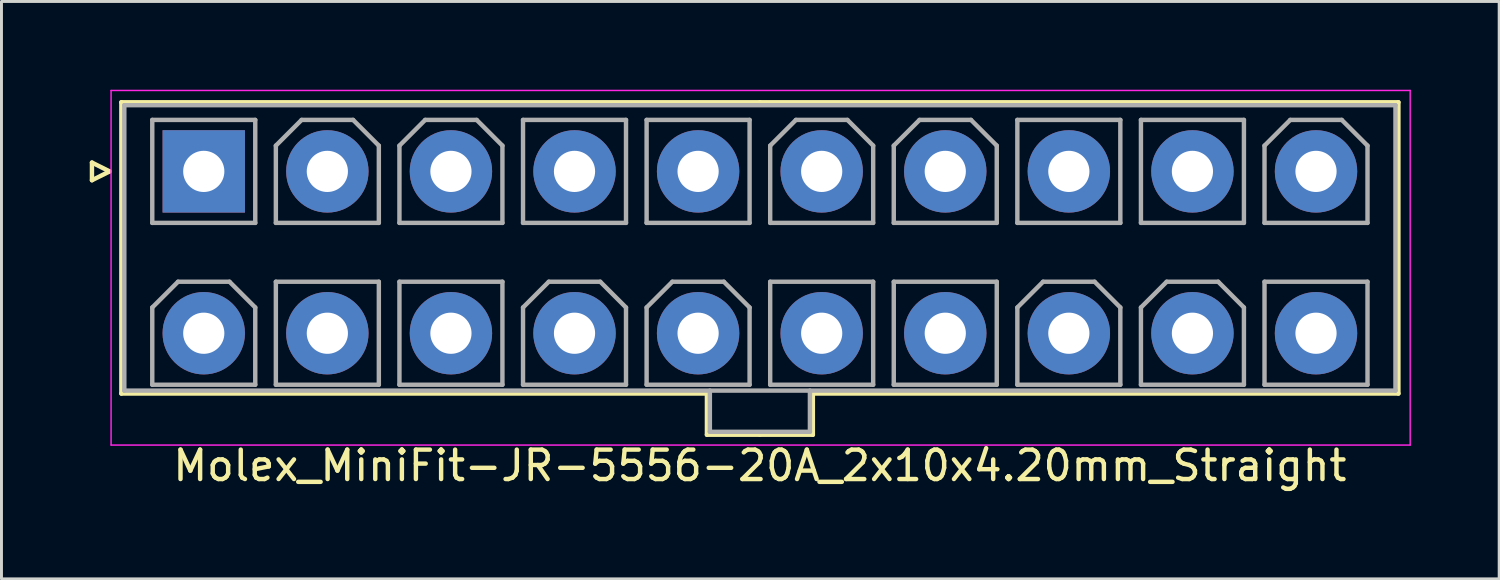
<source format=kicad_pcb>
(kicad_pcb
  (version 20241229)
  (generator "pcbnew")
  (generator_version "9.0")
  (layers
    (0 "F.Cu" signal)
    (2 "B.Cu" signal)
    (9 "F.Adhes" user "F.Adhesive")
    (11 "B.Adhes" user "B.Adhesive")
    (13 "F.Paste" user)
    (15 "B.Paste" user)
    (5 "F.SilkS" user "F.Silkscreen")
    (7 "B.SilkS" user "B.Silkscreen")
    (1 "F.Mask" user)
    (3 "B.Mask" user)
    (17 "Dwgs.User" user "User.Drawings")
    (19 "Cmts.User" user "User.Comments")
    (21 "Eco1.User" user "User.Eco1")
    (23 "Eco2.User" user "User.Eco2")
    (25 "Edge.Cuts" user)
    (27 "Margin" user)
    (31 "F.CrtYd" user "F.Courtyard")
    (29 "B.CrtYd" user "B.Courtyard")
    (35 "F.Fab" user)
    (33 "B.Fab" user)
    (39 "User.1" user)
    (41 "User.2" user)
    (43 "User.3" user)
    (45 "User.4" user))
  (footprint "Molex_MiniFit-JR-5556-20A_2x10x4.20mm_Straight"
    (layer "F.Cu")
    (at 3.875 2.775)
    (property "Reference" "Molex_MiniFit-JR-5556-20A_2x10x4.20mm_Straight" (at 18.9 10 0) (layer "F.SilkS") (effects (font (size 1 1) (thickness 0.15))))
    (attr through_hole)
    (fp_line (start -3.8 -0.3) (end -3.2 0) (stroke (width 0.15) (type solid)) (layer "F.SilkS"))
    (fp_line (start -3.8 0.3) (end -3.8 -0.3) (stroke (width 0.15) (type solid)) (layer "F.SilkS"))
    (fp_line (start -3.2 0) (end -3.8 0.3) (stroke (width 0.15) (type solid)) (layer "F.SilkS"))
    (fp_line (start -2.8 -2.35) (end -2.8 7.55) (stroke (width 0.15) (type solid)) (layer "F.SilkS"))
    (fp_line (start -2.8 7.55) (end 17.1 7.55) (stroke (width 0.15) (type solid)) (layer "F.SilkS"))
    (fp_line (start 17.1 7.55) (end 17.1 8.95) (stroke (width 0.15) (type solid)) (layer "F.SilkS"))
    (fp_line (start 17.1 8.95) (end 18.9 8.95) (stroke (width 0.15) (type solid)) (layer "F.SilkS"))
    (fp_line (start 18.9 -2.35) (end -2.8 -2.35) (stroke (width 0.15) (type solid)) (layer "F.SilkS"))
    (fp_line (start 18.9 -2.35) (end 40.6 -2.35) (stroke (width 0.15) (type solid)) (layer "F.SilkS"))
    (fp_line (start 20.7 7.55) (end 20.7 8.95) (stroke (width 0.15) (type solid)) (layer "F.SilkS"))
    (fp_line (start 20.7 8.95) (end 18.9 8.95) (stroke (width 0.15) (type solid)) (layer "F.SilkS"))
    (fp_line (start 40.6 -2.35) (end 40.6 7.55) (stroke (width 0.15) (type solid)) (layer "F.SilkS"))
    (fp_line (start 40.6 7.55) (end 20.7 7.55) (stroke (width 0.15) (type solid)) (layer "F.SilkS"))
    (fp_line (start -3.15 -2.75) (end -3.15 9.3) (stroke (width 0.05) (type solid)) (layer "F.CrtYd"))
    (fp_line (start -3.15 9.3) (end 41 9.3) (stroke (width 0.05) (type solid)) (layer "F.CrtYd"))
    (fp_line (start 41 -2.75) (end -3.15 -2.75) (stroke (width 0.05) (type solid)) (layer "F.CrtYd"))
    (fp_line (start 41 9.3) (end 41 -2.75) (stroke (width 0.05) (type solid)) (layer "F.CrtYd"))
    (fp_line (start -2.7 -2.25) (end -2.7 7.45) (stroke (width 0.15) (type solid)) (layer "F.Fab"))
    (fp_line (start -2.7 7.45) (end 40.5 7.45) (stroke (width 0.15) (type solid)) (layer "F.Fab"))
    (fp_line (start -1.75 -1.75) (end -1.75 1.75) (stroke (width 0.15) (type solid)) (layer "F.Fab"))
    (fp_line (start -1.75 1.75) (end 1.75 1.75) (stroke (width 0.15) (type solid)) (layer "F.Fab"))
    (fp_line (start -1.75 4.625) (end -0.875 3.75) (stroke (width 0.15) (type solid)) (layer "F.Fab"))
    (fp_line (start -1.75 7.25) (end -1.75 4.625) (stroke (width 0.15) (type solid)) (layer "F.Fab"))
    (fp_line (start -0.875 3.75) (end 0.875 3.75) (stroke (width 0.15) (type solid)) (layer "F.Fab"))
    (fp_line (start 0.875 3.75) (end 1.75 4.625) (stroke (width 0.15) (type solid)) (layer "F.Fab"))
    (fp_line (start 1.75 -1.75) (end -1.75 -1.75) (stroke (width 0.15) (type solid)) (layer "F.Fab"))
    (fp_line (start 1.75 1.75) (end 1.75 -1.75) (stroke (width 0.15) (type solid)) (layer "F.Fab"))
    (fp_line (start 1.75 4.625) (end 1.75 7.25) (stroke (width 0.15) (type solid)) (layer "F.Fab"))
    (fp_line (start 1.75 7.25) (end -1.75 7.25) (stroke (width 0.15) (type solid)) (layer "F.Fab"))
    (fp_line (start 2.45 -0.875) (end 3.325 -1.75) (stroke (width 0.15) (type solid)) (layer "F.Fab"))
    (fp_line (start 2.45 1.75) (end 2.45 -0.875) (stroke (width 0.15) (type solid)) (layer "F.Fab"))
    (fp_line (start 2.45 3.75) (end 2.45 7.25) (stroke (width 0.15) (type solid)) (layer "F.Fab"))
    (fp_line (start 2.45 7.25) (end 5.95 7.25) (stroke (width 0.15) (type solid)) (layer "F.Fab"))
    (fp_line (start 3.325 -1.75) (end 5.075 -1.75) (stroke (width 0.15) (type solid)) (layer "F.Fab"))
    (fp_line (start 5.075 -1.75) (end 5.95 -0.875) (stroke (width 0.15) (type solid)) (layer "F.Fab"))
    (fp_line (start 5.95 -0.875) (end 5.95 1.75) (stroke (width 0.15) (type solid)) (layer "F.Fab"))
    (fp_line (start 5.95 1.75) (end 2.45 1.75) (stroke (width 0.15) (type solid)) (layer "F.Fab"))
    (fp_line (start 5.95 3.75) (end 2.45 3.75) (stroke (width 0.15) (type solid)) (layer "F.Fab"))
    (fp_line (start 5.95 7.25) (end 5.95 3.75) (stroke (width 0.15) (type solid)) (layer "F.Fab"))
    (fp_line (start 6.65 -0.875) (end 7.525 -1.75) (stroke (width 0.15) (type solid)) (layer "F.Fab"))
    (fp_line (start 6.65 1.75) (end 6.65 -0.875) (stroke (width 0.15) (type solid)) (layer "F.Fab"))
    (fp_line (start 6.65 3.75) (end 6.65 7.25) (stroke (width 0.15) (type solid)) (layer "F.Fab"))
    (fp_line (start 6.65 7.25) (end 10.15 7.25) (stroke (width 0.15) (type solid)) (layer "F.Fab"))
    (fp_line (start 7.525 -1.75) (end 9.275 -1.75) (stroke (width 0.15) (type solid)) (layer "F.Fab"))
    (fp_line (start 9.275 -1.75) (end 10.15 -0.875) (stroke (width 0.15) (type solid)) (layer "F.Fab"))
    (fp_line (start 10.15 -0.875) (end 10.15 1.75) (stroke (width 0.15) (type solid)) (layer "F.Fab"))
    (fp_line (start 10.15 1.75) (end 6.65 1.75) (stroke (width 0.15) (type solid)) (layer "F.Fab"))
    (fp_line (start 10.15 3.75) (end 6.65 3.75) (stroke (width 0.15) (type solid)) (layer "F.Fab"))
    (fp_line (start 10.15 7.25) (end 10.15 3.75) (stroke (width 0.15) (type solid)) (layer "F.Fab"))
    (fp_line (start 10.85 -1.75) (end 10.85 1.75) (stroke (width 0.15) (type solid)) (layer "F.Fab"))
    (fp_line (start 10.85 1.75) (end 14.35 1.75) (stroke (width 0.15) (type solid)) (layer "F.Fab"))
    (fp_line (start 10.85 4.625) (end 11.725 3.75) (stroke (width 0.15) (type solid)) (layer "F.Fab"))
    (fp_line (start 10.85 7.25) (end 10.85 4.625) (stroke (width 0.15) (type solid)) (layer "F.Fab"))
    (fp_line (start 11.725 3.75) (end 13.475 3.75) (stroke (width 0.15) (type solid)) (layer "F.Fab"))
    (fp_line (start 13.475 3.75) (end 14.35 4.625) (stroke (width 0.15) (type solid)) (layer "F.Fab"))
    (fp_line (start 14.35 -1.75) (end 10.85 -1.75) (stroke (width 0.15) (type solid)) (layer "F.Fab"))
    (fp_line (start 14.35 1.75) (end 14.35 -1.75) (stroke (width 0.15) (type solid)) (layer "F.Fab"))
    (fp_line (start 14.35 4.625) (end 14.35 7.25) (stroke (width 0.15) (type solid)) (layer "F.Fab"))
    (fp_line (start 14.35 7.25) (end 10.85 7.25) (stroke (width 0.15) (type solid)) (layer "F.Fab"))
    (fp_line (start 15.05 -1.75) (end 15.05 1.75) (stroke (width 0.15) (type solid)) (layer "F.Fab"))
    (fp_line (start 15.05 1.75) (end 18.55 1.75) (stroke (width 0.15) (type solid)) (layer "F.Fab"))
    (fp_line (start 15.05 4.625) (end 15.925 3.75) (stroke (width 0.15) (type solid)) (layer "F.Fab"))
    (fp_line (start 15.05 7.25) (end 15.05 4.625) (stroke (width 0.15) (type solid)) (layer "F.Fab"))
    (fp_line (start 15.925 3.75) (end 17.675 3.75) (stroke (width 0.15) (type solid)) (layer "F.Fab"))
    (fp_line (start 17.2 7.45) (end 17.2 8.85) (stroke (width 0.15) (type solid)) (layer "F.Fab"))
    (fp_line (start 17.2 8.85) (end 20.6 8.85) (stroke (width 0.15) (type solid)) (layer "F.Fab"))
    (fp_line (start 17.675 3.75) (end 18.55 4.625) (stroke (width 0.15) (type solid)) (layer "F.Fab"))
    (fp_line (start 18.55 -1.75) (end 15.05 -1.75) (stroke (width 0.15) (type solid)) (layer "F.Fab"))
    (fp_line (start 18.55 1.75) (end 18.55 -1.75) (stroke (width 0.15) (type solid)) (layer "F.Fab"))
    (fp_line (start 18.55 4.625) (end 18.55 7.25) (stroke (width 0.15) (type solid)) (layer "F.Fab"))
    (fp_line (start 18.55 7.25) (end 15.05 7.25) (stroke (width 0.15) (type solid)) (layer "F.Fab"))
    (fp_line (start 19.25 -0.875) (end 20.125 -1.75) (stroke (width 0.15) (type solid)) (layer "F.Fab"))
    (fp_line (start 19.25 1.75) (end 19.25 -0.875) (stroke (width 0.15) (type solid)) (layer "F.Fab"))
    (fp_line (start 19.25 3.75) (end 19.25 7.25) (stroke (width 0.15) (type solid)) (layer "F.Fab"))
    (fp_line (start 19.25 7.25) (end 22.75 7.25) (stroke (width 0.15) (type solid)) (layer "F.Fab"))
    (fp_line (start 20.125 -1.75) (end 21.875 -1.75) (stroke (width 0.15) (type solid)) (layer "F.Fab"))
    (fp_line (start 20.6 8.85) (end 20.6 7.45) (stroke (width 0.15) (type solid)) (layer "F.Fab"))
    (fp_line (start 21.875 -1.75) (end 22.75 -0.875) (stroke (width 0.15) (type solid)) (layer "F.Fab"))
    (fp_line (start 22.75 -0.875) (end 22.75 1.75) (stroke (width 0.15) (type solid)) (layer "F.Fab"))
    (fp_line (start 22.75 1.75) (end 19.25 1.75) (stroke (width 0.15) (type solid)) (layer "F.Fab"))
    (fp_line (start 22.75 3.75) (end 19.25 3.75) (stroke (width 0.15) (type solid)) (layer "F.Fab"))
    (fp_line (start 22.75 7.25) (end 22.75 3.75) (stroke (width 0.15) (type solid)) (layer "F.Fab"))
    (fp_line (start 23.45 -0.875) (end 24.325 -1.75) (stroke (width 0.15) (type solid)) (layer "F.Fab"))
    (fp_line (start 23.45 1.75) (end 23.45 -0.875) (stroke (width 0.15) (type solid)) (layer "F.Fab"))
    (fp_line (start 23.45 3.75) (end 23.45 7.25) (stroke (width 0.15) (type solid)) (layer "F.Fab"))
    (fp_line (start 23.45 7.25) (end 26.95 7.25) (stroke (width 0.15) (type solid)) (layer "F.Fab"))
    (fp_line (start 24.325 -1.75) (end 26.075 -1.75) (stroke (width 0.15) (type solid)) (layer "F.Fab"))
    (fp_line (start 26.075 -1.75) (end 26.95 -0.875) (stroke (width 0.15) (type solid)) (layer "F.Fab"))
    (fp_line (start 26.95 -0.875) (end 26.95 1.75) (stroke (width 0.15) (type solid)) (layer "F.Fab"))
    (fp_line (start 26.95 1.75) (end 23.45 1.75) (stroke (width 0.15) (type solid)) (layer "F.Fab"))
    (fp_line (start 26.95 3.75) (end 23.45 3.75) (stroke (width 0.15) (type solid)) (layer "F.Fab"))
    (fp_line (start 26.95 7.25) (end 26.95 3.75) (stroke (width 0.15) (type solid)) (layer "F.Fab"))
    (fp_line (start 27.65 -1.75) (end 27.65 1.75) (stroke (width 0.15) (type solid)) (layer "F.Fab"))
    (fp_line (start 27.65 1.75) (end 31.15 1.75) (stroke (width 0.15) (type solid)) (layer "F.Fab"))
    (fp_line (start 27.65 4.625) (end 28.525 3.75) (stroke (width 0.15) (type solid)) (layer "F.Fab"))
    (fp_line (start 27.65 7.25) (end 27.65 4.625) (stroke (width 0.15) (type solid)) (layer "F.Fab"))
    (fp_line (start 28.525 3.75) (end 30.275 3.75) (stroke (width 0.15) (type solid)) (layer "F.Fab"))
    (fp_line (start 30.275 3.75) (end 31.15 4.625) (stroke (width 0.15) (type solid)) (layer "F.Fab"))
    (fp_line (start 31.15 -1.75) (end 27.65 -1.75) (stroke (width 0.15) (type solid)) (layer "F.Fab"))
    (fp_line (start 31.15 1.75) (end 31.15 -1.75) (stroke (width 0.15) (type solid)) (layer "F.Fab"))
    (fp_line (start 31.15 4.625) (end 31.15 7.25) (stroke (width 0.15) (type solid)) (layer "F.Fab"))
    (fp_line (start 31.15 7.25) (end 27.65 7.25) (stroke (width 0.15) (type solid)) (layer "F.Fab"))
    (fp_line (start 31.85 -1.75) (end 31.85 1.75) (stroke (width 0.15) (type solid)) (layer "F.Fab"))
    (fp_line (start 31.85 1.75) (end 35.35 1.75) (stroke (width 0.15) (type solid)) (layer "F.Fab"))
    (fp_line (start 31.85 4.625) (end 32.725 3.75) (stroke (width 0.15) (type solid)) (layer "F.Fab"))
    (fp_line (start 31.85 7.25) (end 31.85 4.625) (stroke (width 0.15) (type solid)) (layer "F.Fab"))
    (fp_line (start 32.725 3.75) (end 34.475 3.75) (stroke (width 0.15) (type solid)) (layer "F.Fab"))
    (fp_line (start 34.475 3.75) (end 35.35 4.625) (stroke (width 0.15) (type solid)) (layer "F.Fab"))
    (fp_line (start 35.35 -1.75) (end 31.85 -1.75) (stroke (width 0.15) (type solid)) (layer "F.Fab"))
    (fp_line (start 35.35 1.75) (end 35.35 -1.75) (stroke (width 0.15) (type solid)) (layer "F.Fab"))
    (fp_line (start 35.35 4.625) (end 35.35 7.25) (stroke (width 0.15) (type solid)) (layer "F.Fab"))
    (fp_line (start 35.35 7.25) (end 31.85 7.25) (stroke (width 0.15) (type solid)) (layer "F.Fab"))
    (fp_line (start 36.05 -0.875) (end 36.925 -1.75) (stroke (width 0.15) (type solid)) (layer "F.Fab"))
    (fp_line (start 36.05 1.75) (end 36.05 -0.875) (stroke (width 0.15) (type solid)) (layer "F.Fab"))
    (fp_line (start 36.05 3.75) (end 36.05 7.25) (stroke (width 0.15) (type solid)) (layer "F.Fab"))
    (fp_line (start 36.05 7.25) (end 39.55 7.25) (stroke (width 0.15) (type solid)) (layer "F.Fab"))
    (fp_line (start 36.925 -1.75) (end 38.675 -1.75) (stroke (width 0.15) (type solid)) (layer "F.Fab"))
    (fp_line (start 38.675 -1.75) (end 39.55 -0.875) (stroke (width 0.15) (type solid)) (layer "F.Fab"))
    (fp_line (start 39.55 -0.875) (end 39.55 1.75) (stroke (width 0.15) (type solid)) (layer "F.Fab"))
    (fp_line (start 39.55 1.75) (end 36.05 1.75) (stroke (width 0.15) (type solid)) (layer "F.Fab"))
    (fp_line (start 39.55 3.75) (end 36.05 3.75) (stroke (width 0.15) (type solid)) (layer "F.Fab"))
    (fp_line (start 39.55 7.25) (end 39.55 3.75) (stroke (width 0.15) (type solid)) (layer "F.Fab"))
    (fp_line (start 40.5 -2.25) (end -2.7 -2.25) (stroke (width 0.15) (type solid)) (layer "F.Fab"))
    (fp_line (start 40.5 7.45) (end 40.5 -2.25) (stroke (width 0.15) (type solid)) (layer "F.Fab"))
    (pad "1" thru_hole rect (at 0 0) (size 2.8 2.8) (drill 1.4) (layers "*.Cu" "*.Mask"))
    (pad "2" thru_hole circle (at 4.2 0) (size 2.8 2.8) (drill 1.4) (layers "*.Cu" "*.Mask"))
    (pad "3" thru_hole circle (at 8.4 0) (size 2.8 2.8) (drill 1.4) (layers "*.Cu" "*.Mask"))
    (pad "4" thru_hole circle (at 12.6 0) (size 2.8 2.8) (drill 1.4) (layers "*.Cu" "*.Mask"))
    (pad "5" thru_hole circle (at 16.8 0) (size 2.8 2.8) (drill 1.4) (layers "*.Cu" "*.Mask"))
    (pad "6" thru_hole circle (at 21 0) (size 2.8 2.8) (drill 1.4) (layers "*.Cu" "*.Mask"))
    (pad "7" thru_hole circle (at 25.2 0) (size 2.8 2.8) (drill 1.4) (layers "*.Cu" "*.Mask"))
    (pad "8" thru_hole circle (at 29.4 0) (size 2.8 2.8) (drill 1.4) (layers "*.Cu" "*.Mask"))
    (pad "9" thru_hole circle (at 33.6 0) (size 2.8 2.8) (drill 1.4) (layers "*.Cu" "*.Mask"))
    (pad "10" thru_hole circle (at 37.8 0) (size 2.8 2.8) (drill 1.4) (layers "*.Cu" "*.Mask"))
    (pad "11" thru_hole circle (at 0 5.5) (size 2.8 2.8) (drill 1.4) (layers "*.Cu" "*.Mask"))
    (pad "12" thru_hole circle (at 4.2 5.5) (size 2.8 2.8) (drill 1.4) (layers "*.Cu" "*.Mask"))
    (pad "13" thru_hole circle (at 8.4 5.5) (size 2.8 2.8) (drill 1.4) (layers "*.Cu" "*.Mask"))
    (pad "14" thru_hole circle (at 12.6 5.5) (size 2.8 2.8) (drill 1.4) (layers "*.Cu" "*.Mask"))
    (pad "15" thru_hole circle (at 16.8 5.5) (size 2.8 2.8) (drill 1.4) (layers "*.Cu" "*.Mask"))
    (pad "16" thru_hole circle (at 21 5.5) (size 2.8 2.8) (drill 1.4) (layers "*.Cu" "*.Mask"))
    (pad "17" thru_hole circle (at 25.2 5.5) (size 2.8 2.8) (drill 1.4) (layers "*.Cu" "*.Mask"))
    (pad "18" thru_hole circle (at 29.4 5.5) (size 2.8 2.8) (drill 1.4) (layers "*.Cu" "*.Mask"))
    (pad "19" thru_hole circle (at 33.6 5.5) (size 2.8 2.8) (drill 1.4) (layers "*.Cu" "*.Mask"))
    (pad "20" thru_hole circle (at 37.8 5.5) (size 2.8 2.8) (drill 1.4) (layers "*.Cu" "*.Mask")))
  (gr_rect
    (start -3 -3)
    (end 47.9 16.623)
    (stroke (width 0.1) (type default))
    (fill no)
    (layer "Edge.Cuts")))
</source>
